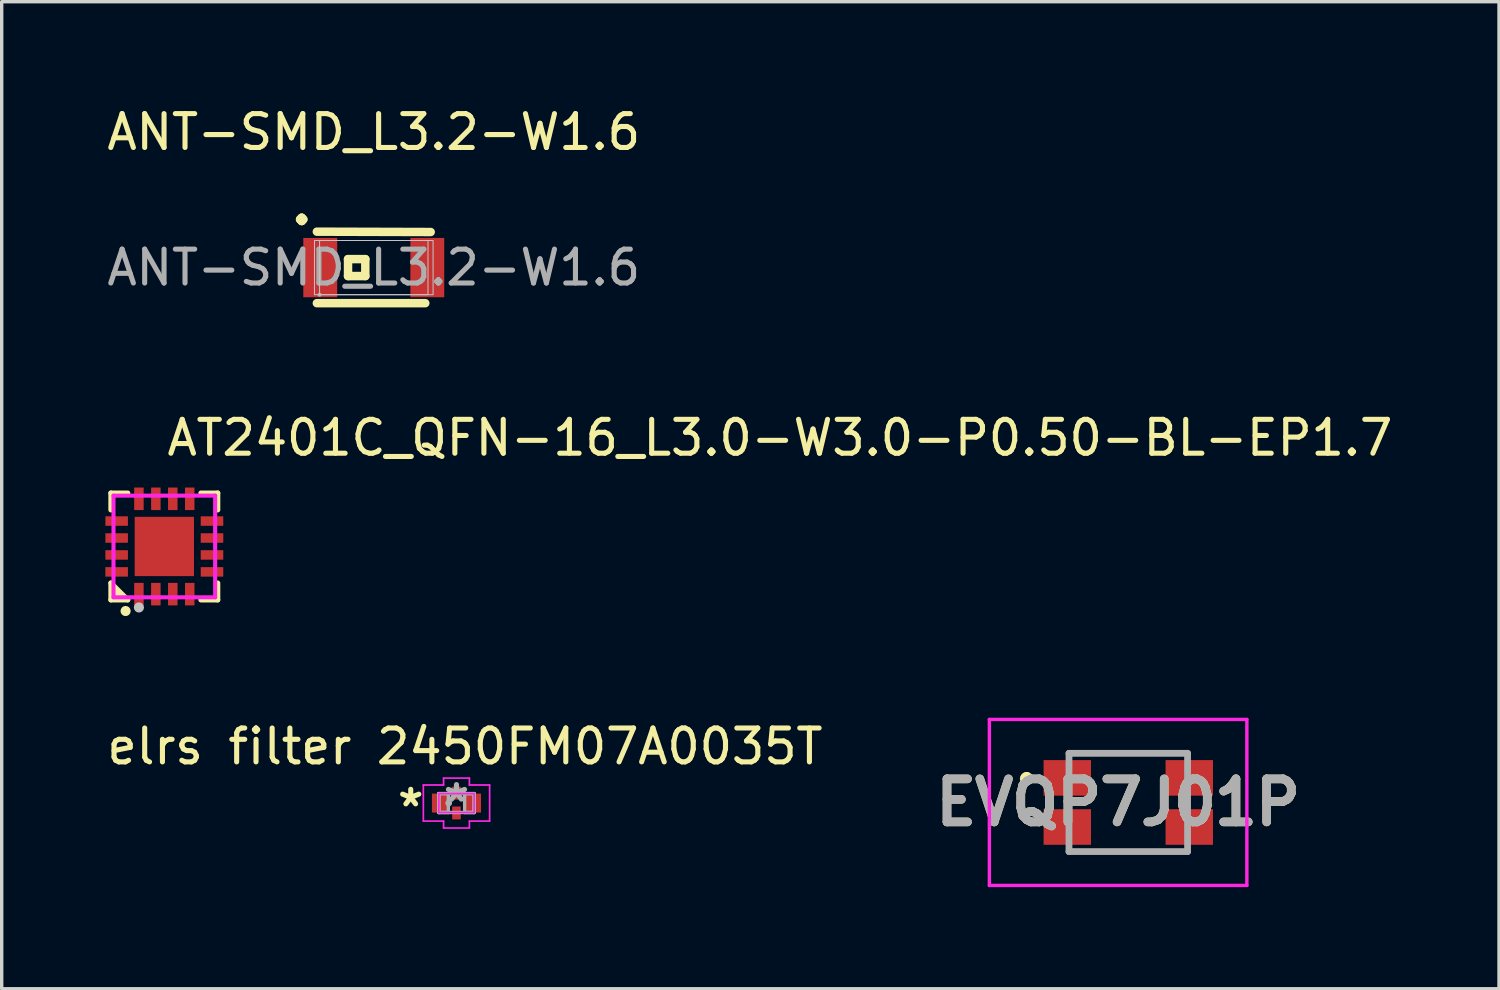
<source format=kicad_pcb>
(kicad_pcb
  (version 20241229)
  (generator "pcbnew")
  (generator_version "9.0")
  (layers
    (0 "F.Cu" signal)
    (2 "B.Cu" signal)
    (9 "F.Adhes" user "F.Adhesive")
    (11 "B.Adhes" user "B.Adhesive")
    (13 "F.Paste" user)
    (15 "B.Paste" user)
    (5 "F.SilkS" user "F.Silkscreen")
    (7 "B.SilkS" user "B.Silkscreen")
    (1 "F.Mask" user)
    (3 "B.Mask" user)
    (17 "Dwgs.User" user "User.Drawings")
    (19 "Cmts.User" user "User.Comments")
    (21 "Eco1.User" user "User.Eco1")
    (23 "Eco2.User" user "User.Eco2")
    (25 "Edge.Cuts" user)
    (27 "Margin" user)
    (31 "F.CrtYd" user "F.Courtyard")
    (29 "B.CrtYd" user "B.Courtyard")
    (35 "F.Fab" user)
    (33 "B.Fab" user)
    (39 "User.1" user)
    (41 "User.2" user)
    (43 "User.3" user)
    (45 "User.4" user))
  (footprint "elrs filter 2450FM07A0035T"
    (layer "F.Cu")
    (at 10.423 20.652)
    (property "Reference" "elrs filter 2450FM07A0035T" (at 0.25 -1.67 0) (layer "F.SilkS") (effects (font (size 1 1) (thickness 0.15))))
    (attr through_hole)
    (fp_line (start -0.978 -0.533) (end -0.381 -0.533) (stroke (width 0.05) (type solid)) (layer "F.CrtYd"))
    (fp_line (start -0.978 0.533) (end -0.978 -0.533) (stroke (width 0.05) (type solid)) (layer "F.CrtYd"))
    (fp_line (start -0.521 -0.279) (end 0.521 -0.279) (stroke (width 0.05) (type solid)) (layer "F.CrtYd"))
    (fp_line (start -0.521 0.279) (end -0.521 -0.279) (stroke (width 0.05) (type solid)) (layer "F.CrtYd"))
    (fp_line (start -0.381 -0.737) (end 0.381 -0.737) (stroke (width 0.05) (type solid)) (layer "F.CrtYd"))
    (fp_line (start -0.381 -0.533) (end -0.381 -0.737) (stroke (width 0.05) (type solid)) (layer "F.CrtYd"))
    (fp_line (start -0.381 0.533) (end -0.978 0.533) (stroke (width 0.05) (type solid)) (layer "F.CrtYd"))
    (fp_line (start -0.381 0.737) (end -0.381 0.533) (stroke (width 0.05) (type solid)) (layer "F.CrtYd"))
    (fp_line (start -0.381 0.737) (end 0.381 0.737) (stroke (width 0.05) (type solid)) (layer "F.CrtYd"))
    (fp_line (start 0.381 -0.533) (end 0.381 -0.737) (stroke (width 0.05) (type solid)) (layer "F.CrtYd"))
    (fp_line (start 0.381 0.533) (end 0.381 0.737) (stroke (width 0.05) (type solid)) (layer "F.CrtYd"))
    (fp_line (start 0.521 -0.279) (end 0.521 0.279) (stroke (width 0.05) (type solid)) (layer "F.CrtYd"))
    (fp_line (start 0.521 0.279) (end -0.521 0.279) (stroke (width 0.05) (type solid)) (layer "F.CrtYd"))
    (fp_line (start 0.978 -0.533) (end 0.381 -0.533) (stroke (width 0.05) (type solid)) (layer "F.CrtYd"))
    (fp_line (start 0.978 0.533) (end 0.381 0.533) (stroke (width 0.05) (type solid)) (layer "F.CrtYd"))
    (fp_line (start 0.978 0.533) (end 0.978 -0.533) (stroke (width 0.05) (type solid)) (layer "F.CrtYd"))
    (fp_line (start -0.521 -0.279) (end -0.521 0.279) (stroke (width 0.1) (type solid)) (layer "F.Fab"))
    (fp_line (start -0.521 -0.279) (end -0.521 0.279) (stroke (width 0.1) (type solid)) (layer "F.Fab"))
    (fp_line (start -0.521 0.279) (end -0.241 0.279) (stroke (width 0.1) (type solid)) (layer "F.Fab"))
    (fp_line (start -0.521 0.279) (end 0.521 0.279) (stroke (width 0.1) (type solid)) (layer "F.Fab"))
    (fp_line (start -0.241 -0.279) (end -0.521 -0.279) (stroke (width 0.1) (type solid)) (layer "F.Fab"))
    (fp_line (start -0.241 0.279) (end -0.241 -0.279) (stroke (width 0.1) (type solid)) (layer "F.Fab"))
    (fp_line (start 0.241 -0.279) (end 0.241 0.279) (stroke (width 0.1) (type solid)) (layer "F.Fab"))
    (fp_line (start 0.241 0.279) (end 0.521 0.279) (stroke (width 0.1) (type solid)) (layer "F.Fab"))
    (fp_line (start 0.521 -0.279) (end -0.521 -0.279) (stroke (width 0.1) (type solid)) (layer "F.Fab"))
    (fp_line (start 0.521 -0.279) (end 0.241 -0.279) (stroke (width 0.1) (type solid)) (layer "F.Fab"))
    (fp_line (start 0.521 0.279) (end 0.521 -0.279) (stroke (width 0.1) (type solid)) (layer "F.Fab"))
    (fp_line (start 0.521 0.279) (end 0.521 -0.279) (stroke (width 0.1) (type solid)) (layer "F.Fab"))
    (fp_circle (center -0.229 0) (end -0.229 0) (stroke (width 0.1) (type solid)) (fill no) (layer "F.Fab"))
    (fp_text user "*" (at -1.35 0.14 0) (layer "F.SilkS") (effects (font (size 1 1) (thickness 0.15))))
    (fp_text user "*" (at 0 0 0) (layer "F.Fab") (effects (font (size 1 1) (thickness 0.15))))
    (pad "1" smd rect (at -0.483 0) (size 0.483 0.559) (layers "F.Cu" "F.Mask" "F.Paste"))
    (pad "2" smd rect (at 0 0.292) (size 0.254 0.381) (layers "F.Cu" "F.Mask" "F.Paste"))
    (pad "3" smd rect (at 0.483 0) (size 0.483 0.559) (layers "F.Cu" "F.Mask" "F.Paste"))
    (pad "4" smd rect (at 0 -0.292) (size 0.254 0.381) (layers "F.Cu" "F.Mask" "F.Paste")))
  (footprint "AT2401C_QFN-16_L3.0-W3.0-P0.50-BL-EP1.7"
    (layer "F.Cu")
    (at 1.8 13.079)
    (property "Reference" "AT2401C_QFN-16_L3.0-W3.0-P0.50-BL-EP1.7" (at 0 -3.207 0) (layer "F.SilkS") (effects (font (size 1 1) (thickness 0.15)) (justify left)))
    (attr through_hole)
    (fp_line (start -1.576 -1.576) (end -1.08 -1.576) (stroke (width 0.152) (type solid)) (layer "F.SilkS"))
    (fp_line (start -1.576 -1.08) (end -1.576 -1.576) (stroke (width 0.152) (type solid)) (layer "F.SilkS"))
    (fp_line (start -1.576 1.08) (end -1.576 1.576) (stroke (width 0.152) (type solid)) (layer "F.SilkS"))
    (fp_line (start -1.576 1.576) (end -1.08 1.576) (stroke (width 0.152) (type solid)) (layer "F.SilkS"))
    (fp_line (start -1.08 1.576) (end -1.576 1.08) (stroke (width 0.152) (type solid)) (layer "F.SilkS"))
    (fp_line (start 1.576 -1.576) (end 1.08 -1.576) (stroke (width 0.152) (type solid)) (layer "F.SilkS"))
    (fp_line (start 1.576 -1.08) (end 1.576 -1.576) (stroke (width 0.152) (type solid)) (layer "F.SilkS"))
    (fp_line (start 1.576 1.08) (end 1.576 1.576) (stroke (width 0.152) (type solid)) (layer "F.SilkS"))
    (fp_line (start 1.576 1.576) (end 1.08 1.576) (stroke (width 0.152) (type solid)) (layer "F.SilkS"))
    (fp_circle (center -1.143 1.905) (end -1.068 1.905) (stroke (width 0.15) (type solid)) (fill no) (layer "F.SilkS"))
    (fp_poly (pts (xy -1.524 1.576) (xy -1.524 1.143) (xy -1.143 1.576) (xy -1.524 1.576)) (stroke (width 0.12) (type solid)) (fill yes) (layer "F.SilkS"))
    (fp_poly (pts (xy -1.075 -0.61) (xy -1.075 -0.89) (xy -1.74 -0.89) (xy -1.74 -0.61)) (stroke (width 0.12) (type solid)) (fill yes) (layer "F.Paste"))
    (fp_poly (pts (xy -1.075 -0.11) (xy -1.075 -0.39) (xy -1.74 -0.39) (xy -1.74 -0.11)) (stroke (width 0.12) (type solid)) (fill yes) (layer "F.Paste"))
    (fp_poly (pts (xy -1.075 0.39) (xy -1.075 0.11) (xy -1.74 0.11) (xy -1.74 0.39)) (stroke (width 0.12) (type solid)) (fill yes) (layer "F.Paste"))
    (fp_poly (pts (xy -1.075 0.89) (xy -1.075 0.61) (xy -1.74 0.61) (xy -1.74 0.89)) (stroke (width 0.12) (type solid)) (fill yes) (layer "F.Paste"))
    (fp_poly (pts (xy -0.89 -1.74) (xy -0.89 -1.075) (xy -0.61 -1.075) (xy -0.61 -1.74)) (stroke (width 0.12) (type solid)) (fill yes) (layer "F.Paste"))
    (fp_poly (pts (xy -0.89 1.74) (xy -0.89 1.075) (xy -0.61 1.075) (xy -0.61 1.74)) (stroke (width 0.12) (type solid)) (fill yes) (layer "F.Paste"))
    (fp_poly (pts (xy -0.7 -0.7) (xy 0.7 -0.7) (xy 0.7 0.7) (xy -0.7 0.7)) (stroke (width 0.12) (type solid)) (fill yes) (layer "F.Paste"))
    (fp_poly (pts (xy -0.39 -1.74) (xy -0.39 -1.075) (xy -0.11 -1.075) (xy -0.11 -1.74)) (stroke (width 0.12) (type solid)) (fill yes) (layer "F.Paste"))
    (fp_poly (pts (xy -0.39 1.74) (xy -0.39 1.075) (xy -0.11 1.075) (xy -0.11 1.74)) (stroke (width 0.12) (type solid)) (fill yes) (layer "F.Paste"))
    (fp_poly (pts (xy 0.11 -1.74) (xy 0.11 -1.075) (xy 0.39 -1.075) (xy 0.39 -1.74)) (stroke (width 0.12) (type solid)) (fill yes) (layer "F.Paste"))
    (fp_poly (pts (xy 0.11 1.74) (xy 0.11 1.075) (xy 0.39 1.075) (xy 0.39 1.74)) (stroke (width 0.12) (type solid)) (fill yes) (layer "F.Paste"))
    (fp_poly (pts (xy 0.61 -1.74) (xy 0.61 -1.075) (xy 0.89 -1.075) (xy 0.89 -1.74)) (stroke (width 0.12) (type solid)) (fill yes) (layer "F.Paste"))
    (fp_poly (pts (xy 0.61 1.74) (xy 0.61 1.075) (xy 0.89 1.075) (xy 0.89 1.74)) (stroke (width 0.12) (type solid)) (fill yes) (layer "F.Paste"))
    (fp_poly (pts (xy 1.74 -0.61) (xy 1.74 -0.89) (xy 1.075 -0.89) (xy 1.075 -0.61)) (stroke (width 0.12) (type solid)) (fill yes) (layer "F.Paste"))
    (fp_poly (pts (xy 1.74 -0.11) (xy 1.74 -0.39) (xy 1.075 -0.39) (xy 1.075 -0.11)) (stroke (width 0.12) (type solid)) (fill yes) (layer "F.Paste"))
    (fp_poly (pts (xy 1.74 0.39) (xy 1.74 0.11) (xy 1.075 0.11) (xy 1.075 0.39)) (stroke (width 0.12) (type solid)) (fill yes) (layer "F.Paste"))
    (fp_poly (pts (xy 1.74 0.89) (xy 1.74 0.61) (xy 1.075 0.61) (xy 1.075 0.89)) (stroke (width 0.12) (type solid)) (fill yes) (layer "F.Paste"))
    (fp_circle (center -0.75 1.8) (end -0.675 1.8) (stroke (width 0.15) (type solid)) (fill no) (layer "Dwgs.User"))
    (fp_circle (center -1.5 1.5) (end -1.47 1.5) (stroke (width 0.06) (type solid)) (fill no) (layer "Eco2.User"))
    (fp_poly (pts (xy -1.1 -0.647) (xy -1.1 -0.853) (xy -1.5 -0.853) (xy -1.5 -0.647)) (stroke (width 0.12) (type solid)) (fill no) (layer "Eco2.User"))
    (fp_poly (pts (xy -1.1 -0.147) (xy -1.1 -0.353) (xy -1.5 -0.353) (xy -1.5 -0.147)) (stroke (width 0.12) (type solid)) (fill no) (layer "Eco2.User"))
    (fp_poly (pts (xy -1.1 0.353) (xy -1.1 0.147) (xy -1.5 0.147) (xy -1.5 0.353)) (stroke (width 0.12) (type solid)) (fill no) (layer "Eco2.User"))
    (fp_poly (pts (xy -1.1 0.853) (xy -1.1 0.647) (xy -1.5 0.647) (xy -1.5 0.853)) (stroke (width 0.12) (type solid)) (fill no) (layer "Eco2.User"))
    (fp_poly (pts (xy -0.853 -1.5) (xy -0.853 -1.1) (xy -0.647 -1.1) (xy -0.647 -1.5)) (stroke (width 0.12) (type solid)) (fill no) (layer "Eco2.User"))
    (fp_poly (pts (xy -0.853 1.5) (xy -0.853 1.1) (xy -0.647 1.1) (xy -0.647 1.5)) (stroke (width 0.12) (type solid)) (fill no) (layer "Eco2.User"))
    (fp_poly (pts (xy -0.85 -0.85) (xy 0.85 -0.85) (xy 0.85 0.85) (xy -0.85 0.85)) (stroke (width 0.12) (type solid)) (fill no) (layer "Eco2.User"))
    (fp_poly (pts (xy -0.353 -1.5) (xy -0.353 -1.1) (xy -0.147 -1.1) (xy -0.147 -1.5)) (stroke (width 0.12) (type solid)) (fill no) (layer "Eco2.User"))
    (fp_poly (pts (xy -0.353 1.5) (xy -0.353 1.1) (xy -0.147 1.1) (xy -0.147 1.5)) (stroke (width 0.12) (type solid)) (fill no) (layer "Eco2.User"))
    (fp_poly (pts (xy 0.147 -1.5) (xy 0.147 -1.1) (xy 0.353 -1.1) (xy 0.353 -1.5)) (stroke (width 0.12) (type solid)) (fill no) (layer "Eco2.User"))
    (fp_poly (pts (xy 0.147 1.5) (xy 0.147 1.1) (xy 0.353 1.1) (xy 0.353 1.5)) (stroke (width 0.12) (type solid)) (fill no) (layer "Eco2.User"))
    (fp_poly (pts (xy 0.647 -1.5) (xy 0.647 -1.1) (xy 0.853 -1.1) (xy 0.853 -1.5)) (stroke (width 0.12) (type solid)) (fill no) (layer "Eco2.User"))
    (fp_poly (pts (xy 0.647 1.5) (xy 0.647 1.1) (xy 0.853 1.1) (xy 0.853 1.5)) (stroke (width 0.12) (type solid)) (fill no) (layer "Eco2.User"))
    (fp_poly (pts (xy 1.1 -0.647) (xy 1.1 -0.853) (xy 1.5 -0.853) (xy 1.5 -0.647)) (stroke (width 0.12) (type solid)) (fill no) (layer "Eco2.User"))
    (fp_poly (pts (xy 1.1 -0.147) (xy 1.1 -0.353) (xy 1.5 -0.353) (xy 1.5 -0.147)) (stroke (width 0.12) (type solid)) (fill no) (layer "Eco2.User"))
    (fp_poly (pts (xy 1.1 0.353) (xy 1.1 0.147) (xy 1.5 0.147) (xy 1.5 0.353)) (stroke (width 0.12) (type solid)) (fill no) (layer "Eco2.User"))
    (fp_poly (pts (xy 1.1 0.853) (xy 1.1 0.647) (xy 1.5 0.647) (xy 1.5 0.853)) (stroke (width 0.12) (type solid)) (fill no) (layer "Eco2.User"))
    (fp_line (start -1.5 -1.5) (end 1.5 -1.5) (stroke (width 0.12) (type solid)) (layer "F.CrtYd"))
    (fp_line (start -1.5 1.5) (end -1.5 -1.5) (stroke (width 0.12) (type solid)) (layer "F.CrtYd"))
    (fp_line (start 1.5 -1.5) (end 1.5 1.5) (stroke (width 0.12) (type solid)) (layer "F.CrtYd"))
    (fp_line (start 1.5 1.5) (end -1.5 1.5) (stroke (width 0.12) (type solid)) (layer "F.CrtYd"))
    (pad "1" smd rect (at -0.75 1.407) (size 0.28 0.665) (layers "F.Cu" "F.Mask" "F.Paste"))
    (pad "2" smd rect (at -0.25 1.407) (size 0.28 0.665) (layers "F.Cu" "F.Mask" "F.Paste"))
    (pad "3" smd rect (at 0.25 1.407) (size 0.28 0.665) (layers "F.Cu" "F.Mask" "F.Paste"))
    (pad "4" smd rect (at 0.75 1.407) (size 0.28 0.665) (layers "F.Cu" "F.Mask" "F.Paste"))
    (pad "5" smd rect (at 1.407 0.75) (size 0.665 0.28) (layers "F.Cu" "F.Mask" "F.Paste"))
    (pad "6" smd rect (at 1.407 0.25) (size 0.665 0.28) (layers "F.Cu" "F.Mask" "F.Paste"))
    (pad "7" smd rect (at 1.407 -0.25) (size 0.665 0.28) (layers "F.Cu" "F.Mask" "F.Paste"))
    (pad "8" smd rect (at 1.407 -0.75) (size 0.665 0.28) (layers "F.Cu" "F.Mask" "F.Paste"))
    (pad "9" smd rect (at 0.75 -1.407) (size 0.28 0.665) (layers "F.Cu" "F.Mask" "F.Paste"))
    (pad "10" smd rect (at 0.25 -1.407) (size 0.28 0.665) (layers "F.Cu" "F.Mask" "F.Paste"))
    (pad "11" smd rect (at -0.25 -1.407) (size 0.28 0.665) (layers "F.Cu" "F.Mask" "F.Paste"))
    (pad "12" smd rect (at -0.75 -1.407) (size 0.28 0.665) (layers "F.Cu" "F.Mask" "F.Paste"))
    (pad "13" smd rect (at -1.407 -0.75) (size 0.665 0.28) (layers "F.Cu" "F.Mask" "F.Paste"))
    (pad "14" smd rect (at -1.407 -0.25) (size 0.665 0.28) (layers "F.Cu" "F.Mask" "F.Paste"))
    (pad "15" smd rect (at -1.407 0.25) (size 0.665 0.28) (layers "F.Cu" "F.Mask" "F.Paste"))
    (pad "16" smd rect (at -1.407 0.75) (size 0.665 0.28) (layers "F.Cu" "F.Mask" "F.Paste"))
    (pad "17" smd rect (at 0 0) (size 1.75 1.75) (layers "F.Cu" "F.Mask" "F.Paste")))
  (footprint "EVQP7J01P"
    (layer "F.Cu")
    (at 29.951 20.634)
    (property "Reference" "EVQP7J01P" (at 0 0 0) (layer "F.SilkS") (effects (font (size 1.27 1.27) (thickness 0.254))))
    (attr smd)
    (fp_line (start -2.7 -0.8) (end -2.7 -0.8) (stroke (width 0.2) (type solid)) (layer "F.SilkS"))
    (fp_line (start -2.7 -0.6) (end -2.7 -0.6) (stroke (width 0.2) (type solid)) (layer "F.SilkS"))
    (fp_line (start -1.45 -1.45) (end 2.1 -1.45) (stroke (width 0.1) (type solid)) (layer "F.SilkS"))
    (fp_line (start -1.45 1.45) (end 2.05 1.45) (stroke (width 0.1) (type solid)) (layer "F.SilkS"))
    (fp_arc (start -2.7 -0.8) (mid -2.6 -0.7) (end -2.7 -0.6) (stroke (width 0.2) (type solid)) (layer "F.SilkS"))
    (fp_arc (start -2.7 -0.6) (mid -2.8 -0.7) (end -2.7 -0.8) (stroke (width 0.2) (type solid)) (layer "F.SilkS"))
    (fp_line (start -3.8 -2.45) (end 3.8 -2.45) (stroke (width 0.1) (type solid)) (layer "F.CrtYd"))
    (fp_line (start -3.8 2.45) (end -3.8 -2.45) (stroke (width 0.1) (type solid)) (layer "F.CrtYd"))
    (fp_line (start 3.8 -2.45) (end 3.8 2.45) (stroke (width 0.1) (type solid)) (layer "F.CrtYd"))
    (fp_line (start 3.8 2.45) (end -3.8 2.45) (stroke (width 0.1) (type solid)) (layer "F.CrtYd"))
    (fp_line (start -1.45 -1.45) (end 2.05 -1.45) (stroke (width 0.2) (type solid)) (layer "F.Fab"))
    (fp_line (start -1.45 1.45) (end -1.45 -1.45) (stroke (width 0.2) (type solid)) (layer "F.Fab"))
    (fp_line (start 2.05 -1.45) (end 2.05 1.45) (stroke (width 0.2) (type solid)) (layer "F.Fab"))
    (fp_line (start 2.05 1.45) (end -1.45 1.45) (stroke (width 0.2) (type solid)) (layer "F.Fab"))
    (fp_text user "${REFERENCE}" (at 0 0 0) (layer "F.Fab") (effects (font (size 1.27 1.27) (thickness 0.254))))
    (pad "1" smd rect (at -1.5 -0.725 90) (size 1.05 1.4) (layers "F.Cu" "F.Mask" "F.Paste"))
    (pad "2" smd rect (at 2.1 -0.725 90) (size 1.05 1.4) (layers "F.Cu" "F.Mask" "F.Paste"))
    (pad "3" smd rect (at -1.5 0.725 90) (size 1.05 1.4) (layers "F.Cu" "F.Mask" "F.Paste"))
    (pad "4" smd rect (at 2.1 0.725 90) (size 1.05 1.4) (layers "F.Cu" "F.Mask" "F.Paste")))
  (footprint "ANT-SMD_L3.2-W1.6"
    (layer "F.Cu")
    (at 7.982 4.848)
    (property "Reference" "ANT-SMD_L3.2-W1.6" (at 0 -4 0) (layer "F.SilkS") (effects (font (size 1 1) (thickness 0.15))))
    (attr smd)
    (fp_line (start -1.68 -1.06) (end 1.68 -1.05) (stroke (width 0.25) (type solid)) (layer "F.SilkS"))
    (fp_line (start -0.76 -0.25) (end -0.76 0.25) (stroke (width 0.25) (type solid)) (layer "F.SilkS"))
    (fp_line (start -0.76 0.25) (end -0.25 0.25) (stroke (width 0.25) (type solid)) (layer "F.SilkS"))
    (fp_line (start -0.25 -0.25) (end -0.76 -0.25) (stroke (width 0.25) (type solid)) (layer "F.SilkS"))
    (fp_line (start -0.25 0.25) (end -0.25 -0.25) (stroke (width 0.25) (type solid)) (layer "F.SilkS"))
    (fp_line (start 1.52 1.05) (end -1.68 1.05) (stroke (width 0.25) (type solid)) (layer "F.SilkS"))
    (fp_rect (start -1.75 -0.8) (end 1.75 0.8) (stroke (width 0.03) (type default)) (fill no) (layer "Dwgs.User"))
    (fp_rect (start -1.6 -0.8) (end 1.6 0.8) (stroke (width 0.03) (type default)) (fill no) (layer "Dwgs.User"))
    (fp_circle (center -1.6 0.8) (end -1.57 0.8) (stroke (width 0.06) (type solid)) (fill no) (layer "F.Fab"))
    (fp_text user "." (at -2.53 -1.24 0) (unlocked yes) (layer "F.SilkS") (effects (font (size 1 1) (thickness 0.25) (bold yes)) (justify left bottom)))
    (fp_text user "${REFERENCE}" (at 0 0 0) (layer "F.Fab") (effects (font (size 1 1) (thickness 0.15))))
    (pad "1" smd rect (at -1.58 0) (size 1 1.75) (layers "F.Cu" "F.Mask" "F.Paste"))
    (pad "2" smd rect (at 1.58 0) (size 1 1.75) (layers "F.Cu" "F.Mask" "F.Paste")))
  (gr_rect
    (start -3 -3)
    (end 41.193 26.134)
    (stroke (width 0.1) (type default))
    (fill no)
    (layer "Edge.Cuts")))
</source>
